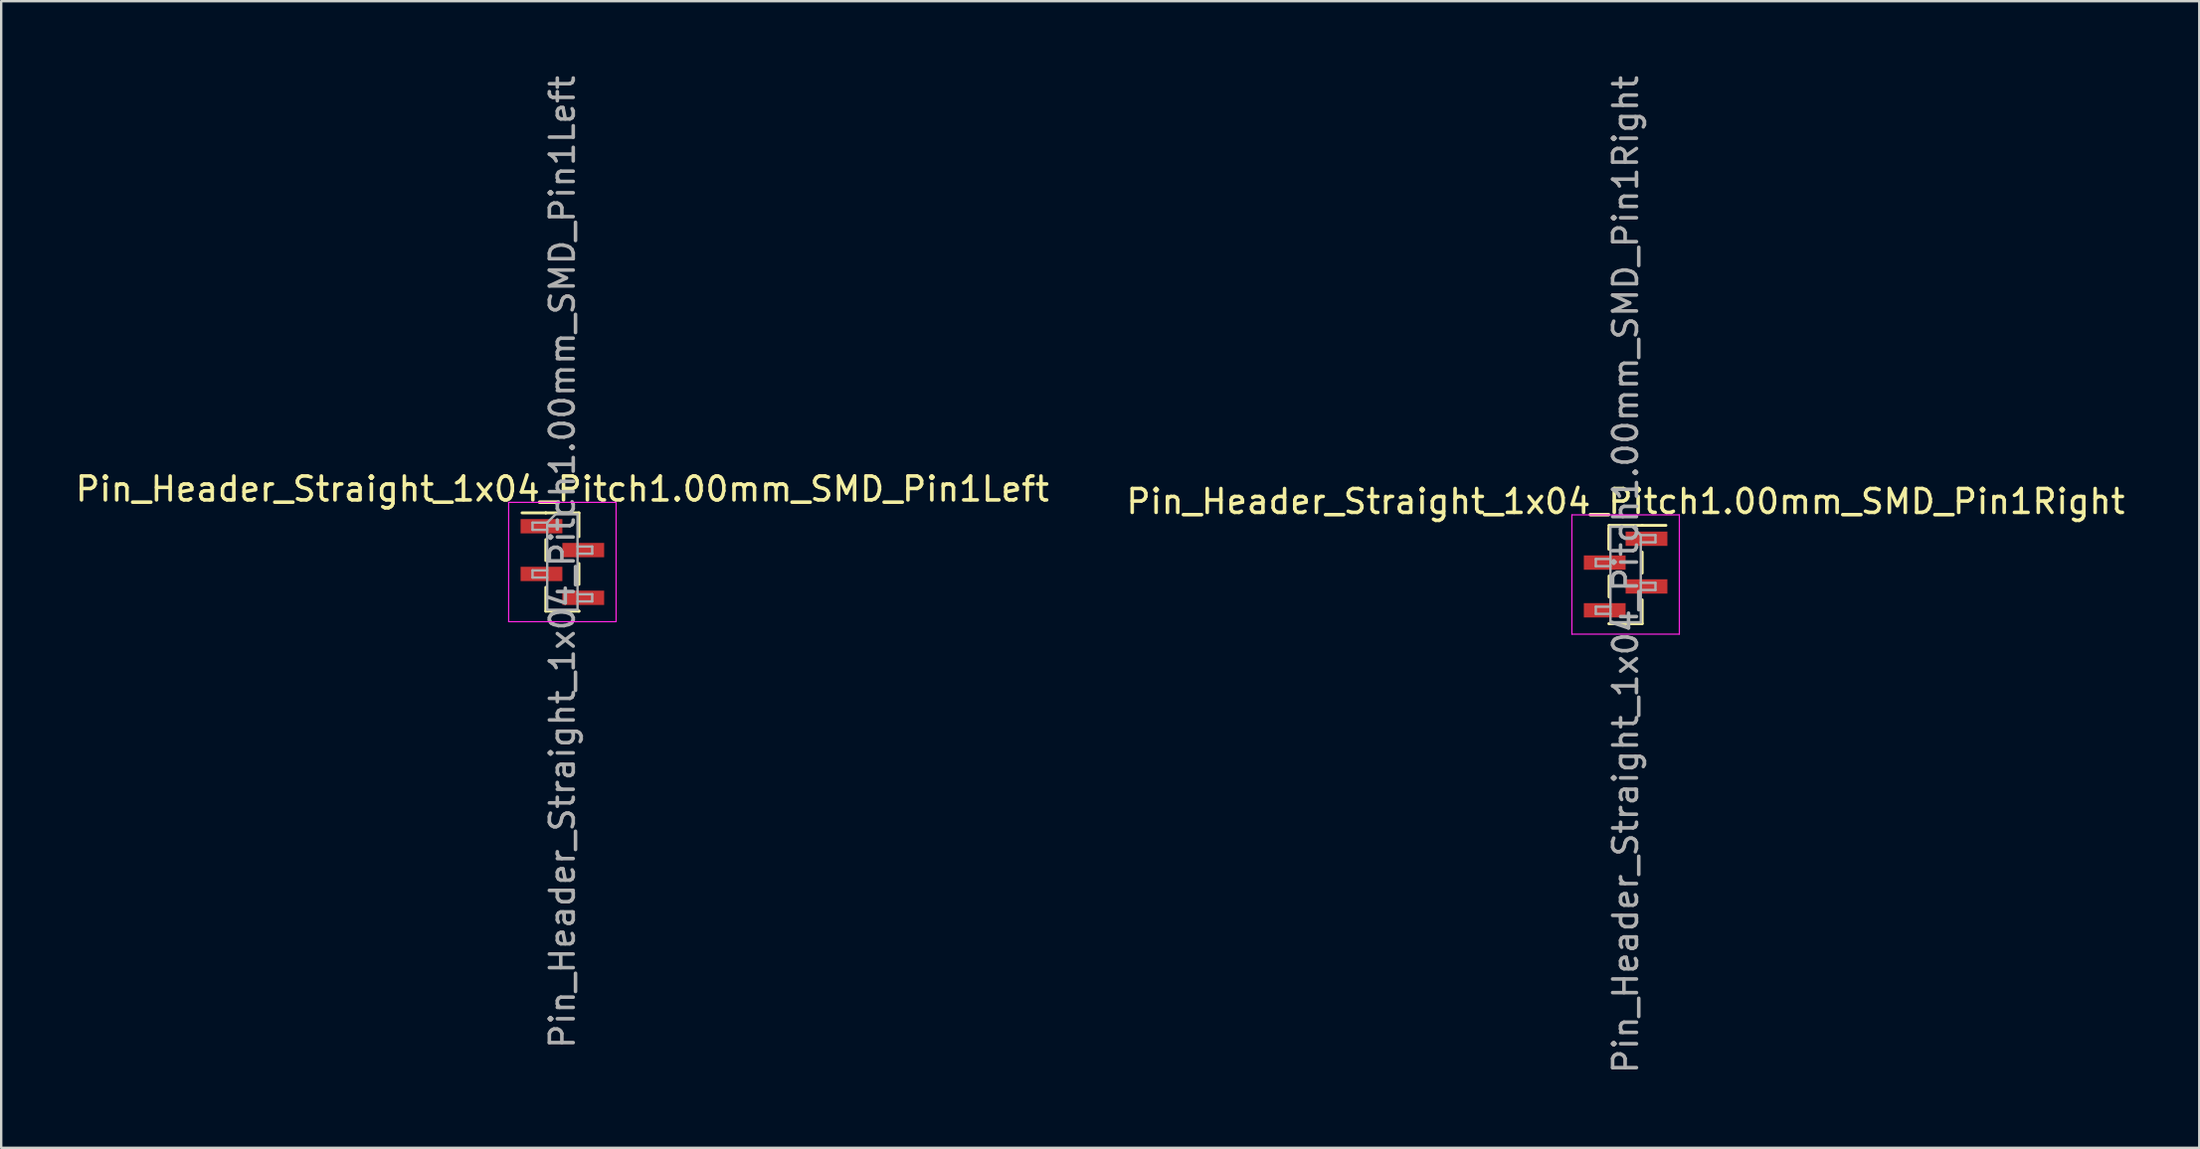
<source format=kicad_pcb>
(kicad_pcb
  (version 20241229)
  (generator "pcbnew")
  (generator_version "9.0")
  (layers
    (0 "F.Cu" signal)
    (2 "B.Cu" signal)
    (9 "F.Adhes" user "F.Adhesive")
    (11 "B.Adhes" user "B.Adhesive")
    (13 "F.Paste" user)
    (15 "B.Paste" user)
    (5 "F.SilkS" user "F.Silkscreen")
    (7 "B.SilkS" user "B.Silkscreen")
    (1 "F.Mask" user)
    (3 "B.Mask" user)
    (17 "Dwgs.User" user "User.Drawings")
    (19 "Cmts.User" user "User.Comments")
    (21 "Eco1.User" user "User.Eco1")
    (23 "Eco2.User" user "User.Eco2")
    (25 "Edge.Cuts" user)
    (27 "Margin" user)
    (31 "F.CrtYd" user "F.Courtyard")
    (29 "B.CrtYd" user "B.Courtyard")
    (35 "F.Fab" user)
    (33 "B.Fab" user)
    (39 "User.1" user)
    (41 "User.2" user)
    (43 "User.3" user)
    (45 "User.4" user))
  (footprint "Pin_Header_Straight_1x04_Pitch1.00mm_SMD_Pin1Right"
    (layer "F.Cu")
    (at 65.042 21.03)
    (property "Reference" "Pin_Header_Straight_1x04_Pitch1.00mm_SMD_Pin1Right" (at 0 -3.06 0) (layer "F.SilkS") (effects (font (size 1 1) (thickness 0.15))))
    (attr smd)
    (fp_line (start -0.695 -2.06) (end -0.695 -1.06) (stroke (width 0.12) (type solid)) (layer "F.SilkS"))
    (fp_line (start -0.695 -2.06) (end 0.695 -2.06) (stroke (width 0.12) (type solid)) (layer "F.SilkS"))
    (fp_line (start -0.695 -1.94) (end -0.695 -1.06) (stroke (width 0.12) (type solid)) (layer "F.SilkS"))
    (fp_line (start -0.695 0.06) (end -0.695 0.94) (stroke (width 0.12) (type solid)) (layer "F.SilkS"))
    (fp_line (start -0.695 2.06) (end -0.695 2.06) (stroke (width 0.12) (type solid)) (layer "F.SilkS"))
    (fp_line (start -0.695 2.06) (end 0.695 2.06) (stroke (width 0.12) (type solid)) (layer "F.SilkS"))
    (fp_line (start 0.695 -2.06) (end 0.695 -2.06) (stroke (width 0.12) (type solid)) (layer "F.SilkS"))
    (fp_line (start 0.695 -2.06) (end 1.69 -2.06) (stroke (width 0.12) (type solid)) (layer "F.SilkS"))
    (fp_line (start 0.695 -0.94) (end 0.695 -0.06) (stroke (width 0.12) (type solid)) (layer "F.SilkS"))
    (fp_line (start 0.695 1.06) (end 0.695 2.06) (stroke (width 0.12) (type solid)) (layer "F.SilkS"))
    (fp_line (start -2.25 -2.5) (end -2.25 2.5) (stroke (width 0.05) (type solid)) (layer "F.CrtYd"))
    (fp_line (start -2.25 2.5) (end 2.25 2.5) (stroke (width 0.05) (type solid)) (layer "F.CrtYd"))
    (fp_line (start 2.25 -2.5) (end -2.25 -2.5) (stroke (width 0.05) (type solid)) (layer "F.CrtYd"))
    (fp_line (start 2.25 2.5) (end 2.25 -2.5) (stroke (width 0.05) (type solid)) (layer "F.CrtYd"))
    (fp_line (start -1.25 -0.65) (end -1.25 -0.35) (stroke (width 0.1) (type solid)) (layer "F.Fab"))
    (fp_line (start -1.25 -0.35) (end -0.635 -0.35) (stroke (width 0.1) (type solid)) (layer "F.Fab"))
    (fp_line (start -1.25 1.35) (end -1.25 1.65) (stroke (width 0.1) (type solid)) (layer "F.Fab"))
    (fp_line (start -1.25 1.65) (end -0.635 1.65) (stroke (width 0.1) (type solid)) (layer "F.Fab"))
    (fp_line (start -0.635 -2) (end -0.635 2) (stroke (width 0.1) (type solid)) (layer "F.Fab"))
    (fp_line (start -0.635 -2) (end 0.285 -2) (stroke (width 0.1) (type solid)) (layer "F.Fab"))
    (fp_line (start -0.635 -0.65) (end -1.25 -0.65) (stroke (width 0.1) (type solid)) (layer "F.Fab"))
    (fp_line (start -0.635 1.35) (end -1.25 1.35) (stroke (width 0.1) (type solid)) (layer "F.Fab"))
    (fp_line (start 0.635 -1.65) (end 0.285 -2) (stroke (width 0.1) (type solid)) (layer "F.Fab"))
    (fp_line (start 0.635 -1.65) (end 1.25 -1.65) (stroke (width 0.1) (type solid)) (layer "F.Fab"))
    (fp_line (start 0.635 0.35) (end 1.25 0.35) (stroke (width 0.1) (type solid)) (layer "F.Fab"))
    (fp_line (start 0.635 2) (end -0.635 2) (stroke (width 0.1) (type solid)) (layer "F.Fab"))
    (fp_line (start 0.635 2) (end 0.635 -1.65) (stroke (width 0.1) (type solid)) (layer "F.Fab"))
    (fp_line (start 1.25 -1.65) (end 1.25 -1.35) (stroke (width 0.1) (type solid)) (layer "F.Fab"))
    (fp_line (start 1.25 -1.35) (end 0.635 -1.35) (stroke (width 0.1) (type solid)) (layer "F.Fab"))
    (fp_line (start 1.25 0.35) (end 1.25 0.65) (stroke (width 0.1) (type solid)) (layer "F.Fab"))
    (fp_line (start 1.25 0.65) (end 0.635 0.65) (stroke (width 0.1) (type solid)) (layer "F.Fab"))
    (fp_text user "${REFERENCE}" (at 0 0 90) (layer "F.Fab") (effects (font (size 1 1) (thickness 0.15))))
    (pad "1" smd rect (at 0.875 -1.5) (size 1.75 0.6) (layers "F.Cu" "F.Mask" "F.Paste"))
    (pad "2" smd rect (at -0.875 -0.5) (size 1.75 0.6) (layers "F.Cu" "F.Mask" "F.Paste"))
    (pad "3" smd rect (at 0.875 0.5) (size 1.75 0.6) (layers "F.Cu" "F.Mask" "F.Paste"))
    (pad "4" smd rect (at -0.875 1.5) (size 1.75 0.6) (layers "F.Cu" "F.Mask" "F.Paste")))
  (footprint "Pin_Header_Straight_1x04_Pitch1.00mm_SMD_Pin1Left"
    (layer "F.Cu")
    (at 20.506 20.506)
    (property "Reference" "Pin_Header_Straight_1x04_Pitch1.00mm_SMD_Pin1Left" (at 0 -3.06 0) (layer "F.SilkS") (effects (font (size 1 1) (thickness 0.15))))
    (attr smd)
    (fp_line (start -0.695 -2.06) (end -1.69 -2.06) (stroke (width 0.12) (type solid)) (layer "F.SilkS"))
    (fp_line (start -0.695 -2.06) (end -0.695 -2.06) (stroke (width 0.12) (type solid)) (layer "F.SilkS"))
    (fp_line (start -0.695 -2.06) (end 0.695 -2.06) (stroke (width 0.12) (type solid)) (layer "F.SilkS"))
    (fp_line (start -0.695 -0.94) (end -0.695 -0.06) (stroke (width 0.12) (type solid)) (layer "F.SilkS"))
    (fp_line (start -0.695 1.06) (end -0.695 2.06) (stroke (width 0.12) (type solid)) (layer "F.SilkS"))
    (fp_line (start -0.695 2.06) (end 0.695 2.06) (stroke (width 0.12) (type solid)) (layer "F.SilkS"))
    (fp_line (start 0.695 -2.06) (end 0.695 -1.06) (stroke (width 0.12) (type solid)) (layer "F.SilkS"))
    (fp_line (start 0.695 0.06) (end 0.695 0.94) (stroke (width 0.12) (type solid)) (layer "F.SilkS"))
    (fp_line (start 0.695 2.06) (end 0.695 2.06) (stroke (width 0.12) (type solid)) (layer "F.SilkS"))
    (fp_line (start -2.25 -2.5) (end -2.25 2.5) (stroke (width 0.05) (type solid)) (layer "F.CrtYd"))
    (fp_line (start -2.25 2.5) (end 2.25 2.5) (stroke (width 0.05) (type solid)) (layer "F.CrtYd"))
    (fp_line (start 2.25 -2.5) (end -2.25 -2.5) (stroke (width 0.05) (type solid)) (layer "F.CrtYd"))
    (fp_line (start 2.25 2.5) (end 2.25 -2.5) (stroke (width 0.05) (type solid)) (layer "F.CrtYd"))
    (fp_line (start -1.25 -1.65) (end -1.25 -1.35) (stroke (width 0.1) (type solid)) (layer "F.Fab"))
    (fp_line (start -1.25 -1.35) (end -0.635 -1.35) (stroke (width 0.1) (type solid)) (layer "F.Fab"))
    (fp_line (start -1.25 0.35) (end -1.25 0.65) (stroke (width 0.1) (type solid)) (layer "F.Fab"))
    (fp_line (start -1.25 0.65) (end -0.635 0.65) (stroke (width 0.1) (type solid)) (layer "F.Fab"))
    (fp_line (start -0.635 -1.65) (end -1.25 -1.65) (stroke (width 0.1) (type solid)) (layer "F.Fab"))
    (fp_line (start -0.635 -1.65) (end -0.285 -2) (stroke (width 0.1) (type solid)) (layer "F.Fab"))
    (fp_line (start -0.635 0.35) (end -1.25 0.35) (stroke (width 0.1) (type solid)) (layer "F.Fab"))
    (fp_line (start -0.635 2) (end -0.635 -1.65) (stroke (width 0.1) (type solid)) (layer "F.Fab"))
    (fp_line (start -0.285 -2) (end 0.635 -2) (stroke (width 0.1) (type solid)) (layer "F.Fab"))
    (fp_line (start 0.635 -2) (end 0.635 2) (stroke (width 0.1) (type solid)) (layer "F.Fab"))
    (fp_line (start 0.635 -0.65) (end 1.25 -0.65) (stroke (width 0.1) (type solid)) (layer "F.Fab"))
    (fp_line (start 0.635 1.35) (end 1.25 1.35) (stroke (width 0.1) (type solid)) (layer "F.Fab"))
    (fp_line (start 0.635 2) (end -0.635 2) (stroke (width 0.1) (type solid)) (layer "F.Fab"))
    (fp_line (start 1.25 -0.65) (end 1.25 -0.35) (stroke (width 0.1) (type solid)) (layer "F.Fab"))
    (fp_line (start 1.25 -0.35) (end 0.635 -0.35) (stroke (width 0.1) (type solid)) (layer "F.Fab"))
    (fp_line (start 1.25 1.35) (end 1.25 1.65) (stroke (width 0.1) (type solid)) (layer "F.Fab"))
    (fp_line (start 1.25 1.65) (end 0.635 1.65) (stroke (width 0.1) (type solid)) (layer "F.Fab"))
    (fp_text user "${REFERENCE}" (at 0 0 90) (layer "F.Fab") (effects (font (size 1 1) (thickness 0.15))))
    (pad "1" smd rect (at -0.875 -1.5) (size 1.75 0.6) (layers "F.Cu" "F.Mask" "F.Paste"))
    (pad "2" smd rect (at 0.875 -0.5) (size 1.75 0.6) (layers "F.Cu" "F.Mask" "F.Paste"))
    (pad "3" smd rect (at -0.875 0.5) (size 1.75 0.6) (layers "F.Cu" "F.Mask" "F.Paste"))
    (pad "4" smd rect (at 0.875 1.5) (size 1.75 0.6) (layers "F.Cu" "F.Mask" "F.Paste")))
  (gr_rect
    (start -3 -3)
    (end 89.071 45.06)
    (stroke (width 0.1) (type default))
    (fill no)
    (layer "Edge.Cuts")))
</source>
